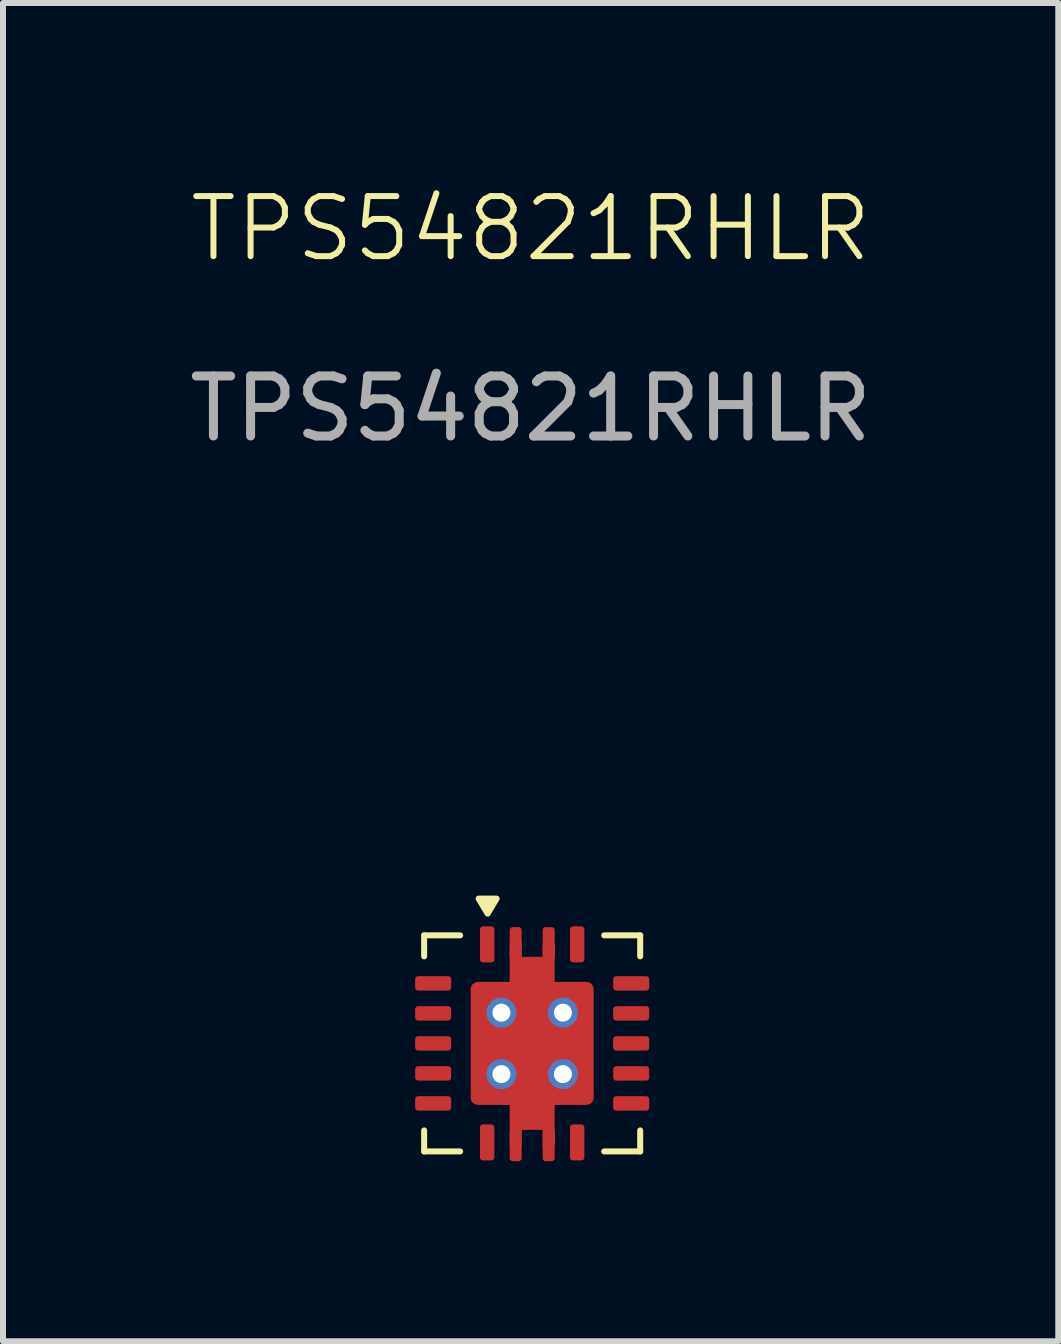
<source format=kicad_pcb>
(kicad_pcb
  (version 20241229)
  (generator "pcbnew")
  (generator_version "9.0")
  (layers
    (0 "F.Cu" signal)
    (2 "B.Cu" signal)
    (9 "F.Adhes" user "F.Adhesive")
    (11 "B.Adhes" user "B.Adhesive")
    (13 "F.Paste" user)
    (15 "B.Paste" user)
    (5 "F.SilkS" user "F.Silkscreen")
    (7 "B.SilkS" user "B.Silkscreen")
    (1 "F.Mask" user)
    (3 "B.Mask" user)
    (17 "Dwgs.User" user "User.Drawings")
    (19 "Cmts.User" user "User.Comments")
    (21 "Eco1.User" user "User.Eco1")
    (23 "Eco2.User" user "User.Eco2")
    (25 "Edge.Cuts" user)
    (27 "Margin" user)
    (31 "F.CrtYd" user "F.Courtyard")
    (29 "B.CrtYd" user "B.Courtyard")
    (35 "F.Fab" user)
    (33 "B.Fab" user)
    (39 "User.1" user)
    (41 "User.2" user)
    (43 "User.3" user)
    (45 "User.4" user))
  (footprint "TPS54821RHLR"
    (layer "F.Cu")
    (at 5.817 14.335)
    (property "Reference" "TPS54821RHLR" (at -0.025 -13.575 0) (unlocked yes) (layer "F.SilkS") (effects (font (size 1 1) (thickness 0.1))))
    (attr smd)
    (fp_line (start -0.275 -1.675) (end -0.275 1.7) (stroke (width 0.2) (type default)) (layer "F.Cu"))
    (fp_line (start 0.275 -1.65) (end 0.275 1.7) (stroke (width 0.2) (type default)) (layer "F.Cu"))
    (fp_rect (start -0.275 -1.438) (end 0.275 -0.97) (stroke (width 0.01) (type solid)) (fill yes) (layer "F.Cu"))
    (fp_rect (start -0.275 0.97) (end 0.275 1.438) (stroke (width 0.01) (type solid)) (fill yes) (layer "F.Cu"))
    (fp_line (start -1.8 -1.8) (end -1.2 -1.8) (stroke (width 0.1) (type default)) (layer "F.SilkS"))
    (fp_line (start -1.8 -1.45) (end -1.8 -1.8) (stroke (width 0.1) (type default)) (layer "F.SilkS"))
    (fp_line (start -1.8 1.45) (end -1.8 1.8) (stroke (width 0.1) (type default)) (layer "F.SilkS"))
    (fp_line (start -1.8 1.8) (end -1.2 1.8) (stroke (width 0.1) (type default)) (layer "F.SilkS"))
    (fp_line (start 1.8 -1.8) (end 1.2 -1.8) (stroke (width 0.1) (type default)) (layer "F.SilkS"))
    (fp_line (start 1.8 -1.45) (end 1.8 -1.8) (stroke (width 0.1) (type default)) (layer "F.SilkS"))
    (fp_line (start 1.8 1.45) (end 1.8 1.8) (stroke (width 0.1) (type default)) (layer "F.SilkS"))
    (fp_line (start 1.8 1.8) (end 1.2 1.8) (stroke (width 0.1) (type default)) (layer "F.SilkS"))
    (fp_poly (pts (xy -0.592 -2.412) (xy -0.892 -2.412) (xy -0.742 -2.162)) (stroke (width 0.1) (type solid)) (fill yes) (layer "F.SilkS"))
    (fp_text user "${REFERENCE}" (at -0.025 -10.575 0) (unlocked yes) (layer "F.Fab") (effects (font (size 1 1) (thickness 0.15))))
    (pad "1" smd roundrect (at -0.75 -1.65 90) (size 0.6 0.24) (layers "F.Cu" "F.Mask" "F.Paste") (roundrect_rratio 0.208))
    (pad "2" smd roundrect (at -1.65 -1) (size 0.6 0.24) (layers "F.Cu" "F.Mask" "F.Paste") (roundrect_rratio 0.208))
    (pad "3" smd roundrect (at -1.65 -0.5) (size 0.6 0.24) (layers "F.Cu" "F.Mask" "F.Paste") (roundrect_rratio 0.208))
    (pad "4" smd roundrect (at -1.65 0) (size 0.6 0.24) (layers "F.Cu" "F.Mask" "F.Paste") (roundrect_rratio 0.208))
    (pad "5" smd roundrect (at -1.65 0.5) (size 0.6 0.24) (layers "F.Cu" "F.Mask" "F.Paste") (roundrect_rratio 0.208))
    (pad "6" smd roundrect (at -1.65 1) (size 0.6 0.24) (layers "F.Cu" "F.Mask" "F.Paste") (roundrect_rratio 0.208))
    (pad "7" smd roundrect (at -0.75 1.65 270) (size 0.6 0.24) (layers "F.Cu" "F.Mask" "F.Paste") (roundrect_rratio 0.208))
    (pad "8" smd roundrect (at 0.75 1.65 270) (size 0.6 0.24) (layers "F.Cu" "F.Mask" "F.Paste") (roundrect_rratio 0.208))
    (pad "9" smd roundrect (at 1.65 1) (size 0.6 0.24) (layers "F.Cu" "F.Mask" "F.Paste") (roundrect_rratio 0.208))
    (pad "10" smd roundrect (at 1.65 0.5) (size 0.6 0.24) (layers "F.Cu" "F.Mask" "F.Paste") (roundrect_rratio 0.208))
    (pad "11" smd roundrect (at 1.65 0) (size 0.6 0.24) (layers "F.Cu" "F.Mask" "F.Paste") (roundrect_rratio 0.208))
    (pad "12" smd roundrect (at 1.65 -0.5) (size 0.6 0.24) (layers "F.Cu" "F.Mask" "F.Paste") (roundrect_rratio 0.208))
    (pad "13" smd roundrect (at 1.65 -1) (size 0.6 0.24) (layers "F.Cu" "F.Mask" "F.Paste") (roundrect_rratio 0.208))
    (pad "14" smd roundrect (at 0.75 -1.65 90) (size 0.6 0.24) (layers "F.Cu" "F.Mask" "F.Paste") (roundrect_rratio 0.208))
    (pad "15" thru_hole circle (at -0.512 -0.512) (size 0.5 0.5) (drill 0.3) (layers "*.Cu" "*.Mask"))
    (pad "15" thru_hole circle (at -0.512 0.512) (size 0.5 0.5) (drill 0.3) (layers "*.Cu" "*.Mask"))
    (pad "15" smd roundrect (at -0.275 -1.675) (size 0.2 0.525) (layers "F.Cu" "F.Mask" "F.Paste") (roundrect_rratio 0.25))
    (pad "15" smd roundrect (at -0.275 1.7) (size 0.2 0.525) (layers "F.Cu" "F.Mask" "F.Paste") (roundrect_rratio 0.25))
    (pad "15" smd roundrect (at 0 0) (size 2.05 2.05) (layers "F.Cu" "F.Mask" "F.Paste") (roundrect_rratio 0.059))
    (pad "15" smd roundrect (at 0.275 -1.675) (size 0.2 0.525) (layers "F.Cu" "F.Mask" "F.Paste") (roundrect_rratio 0.25))
    (pad "15" smd roundrect (at 0.275 1.7) (size 0.2 0.525) (layers "F.Cu" "F.Mask" "F.Paste") (roundrect_rratio 0.25))
    (pad "15" thru_hole circle (at 0.512 -0.512) (size 0.5 0.5) (drill 0.3) (layers "*.Cu" "*.Mask"))
    (pad "15" thru_hole circle (at 0.512 0.512) (size 0.5 0.5) (drill 0.3) (layers "*.Cu" "*.Mask")))
  (gr_rect
    (start -3 -3)
    (end 14.583 19.298)
    (stroke (width 0.1) (type default))
    (fill no)
    (layer "Edge.Cuts")))
</source>
